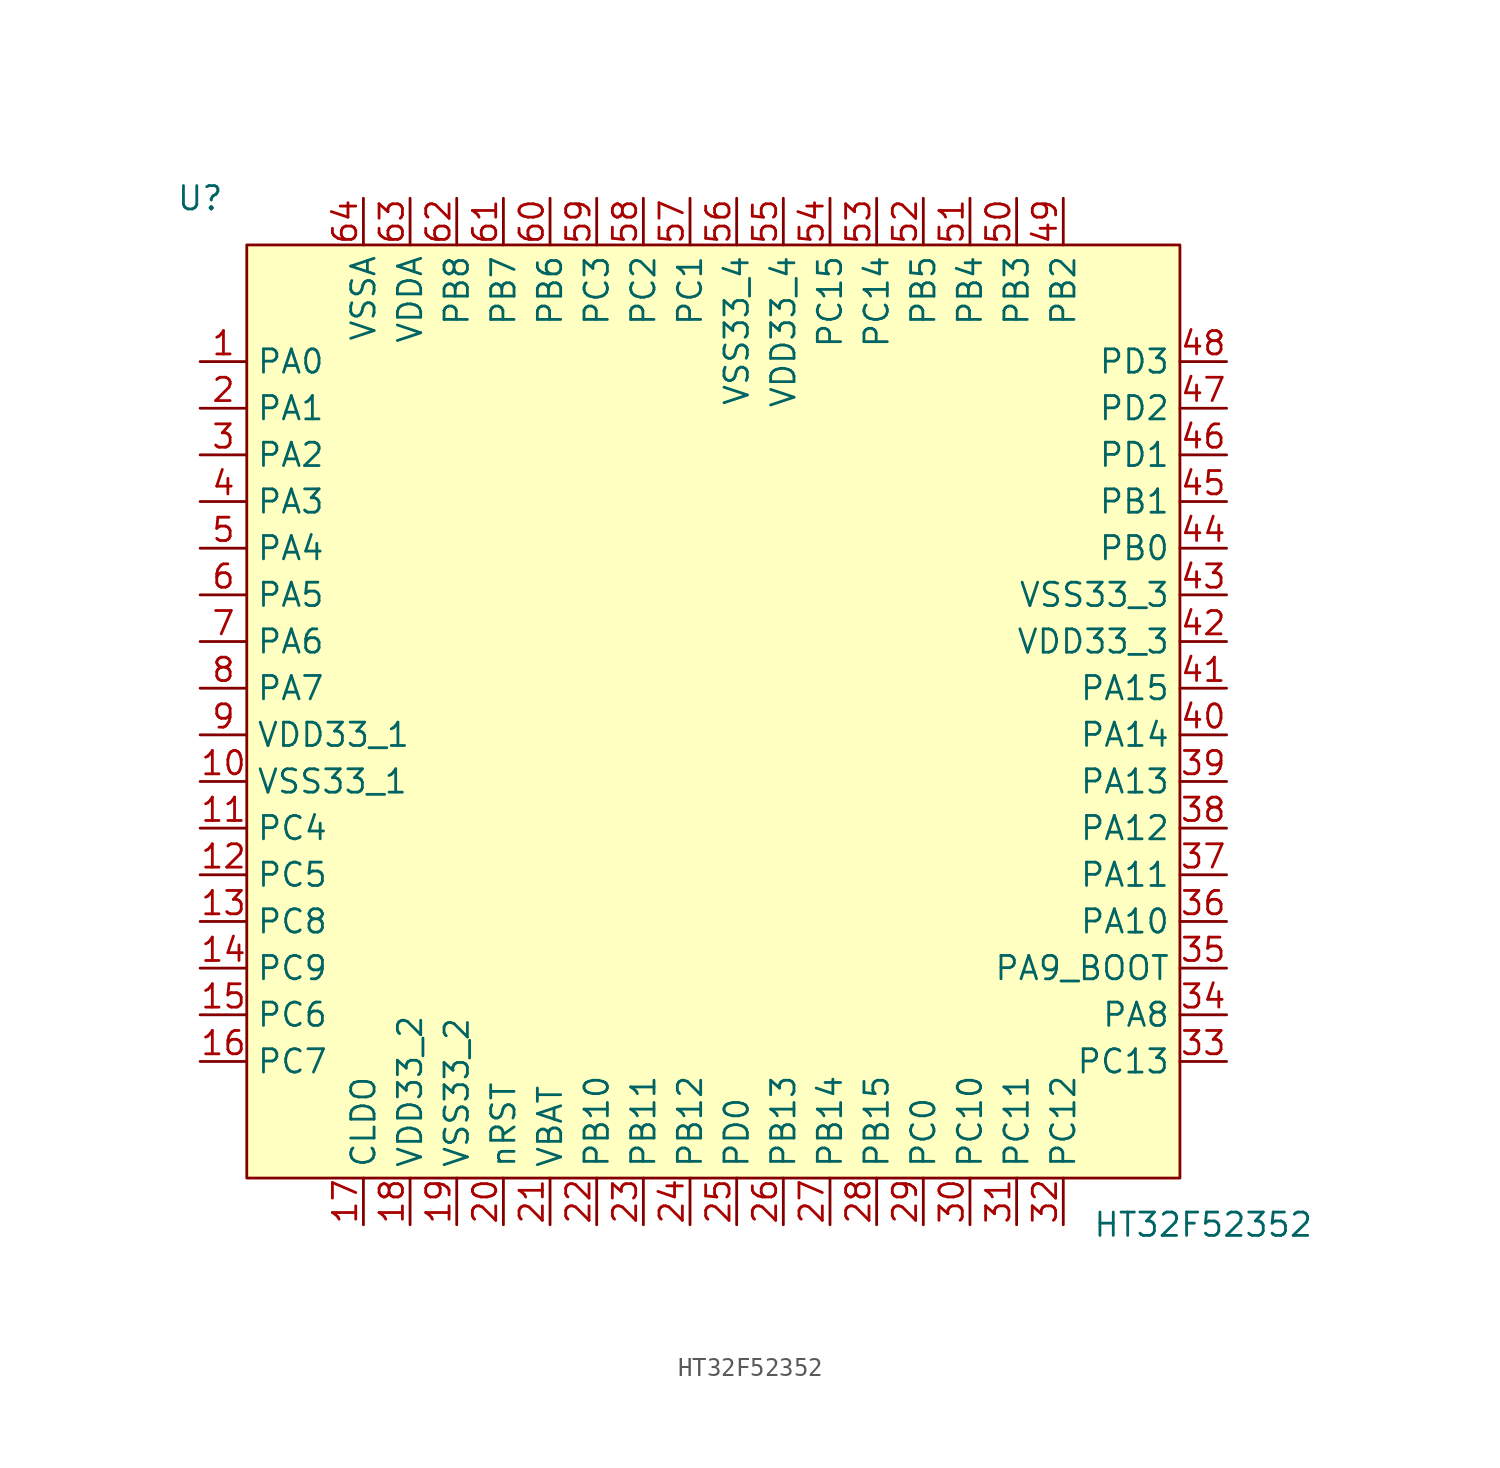
<source format=kicad_sym>
(kicad_symbol_lib
  (version 20211014)
  (generator kicad_symbol_editor)
  (symbol "HT32F52352"
    (property "Reference" "U"
      (at -27.94 27.94 0)
      (effects (font (size 1.27 1.27))))
    (property "Value" "HT32F52352"
      (at 26.67 -27.94 0)
      (effects (font (size 1.27 1.27))))
    (symbol "HT32F52352_0_0"
      (pin bidirectional line (at -27.94 19.05 0) (length 2.54) (name "PA0" (effects (font (size 1.27 1.27)))) (number "1" (effects (font (size 1.27 1.27)))))
      (pin power_in line (at -27.94 -3.81 0) (length 2.54) (name "VSS33_1" (effects (font (size 1.27 1.27)))) (number "10" (effects (font (size 1.27 1.27)))))
      (pin bidirectional line (at -27.94 -6.35 0) (length 2.54) (name "PC4" (effects (font (size 1.27 1.27)))) (number "11" (effects (font (size 1.27 1.27)))))
      (pin bidirectional line (at -27.94 -8.89 0) (length 2.54) (name "PC5" (effects (font (size 1.27 1.27)))) (number "12" (effects (font (size 1.27 1.27)))))
      (pin bidirectional line (at -27.94 -11.43 0) (length 2.54) (name "PC8" (effects (font (size 1.27 1.27)))) (number "13" (effects (font (size 1.27 1.27)))))
      (pin bidirectional line (at -27.94 -13.97 0) (length 2.54) (name "PC9" (effects (font (size 1.27 1.27)))) (number "14" (effects (font (size 1.27 1.27)))))
      (pin bidirectional line (at -27.94 -16.51 0) (length 2.54) (name "PC6" (effects (font (size 1.27 1.27)))) (number "15" (effects (font (size 1.27 1.27)))))
      (pin bidirectional line (at -27.94 -19.05 0) (length 2.54) (name "PC7" (effects (font (size 1.27 1.27)))) (number "16" (effects (font (size 1.27 1.27)))))
      (pin bidirectional line (at -19.05 -27.94 90) (length 2.54) (name "CLDO" (effects (font (size 1.27 1.27)))) (number "17" (effects (font (size 1.27 1.27)))))
      (pin power_in line (at -16.51 -27.94 90) (length 2.54) (name "VDD33_2" (effects (font (size 1.27 1.27)))) (number "18" (effects (font (size 1.27 1.27)))))
      (pin power_in line (at -13.97 -27.94 90) (length 2.54) (name "VSS33_2" (effects (font (size 1.27 1.27)))) (number "19" (effects (font (size 1.27 1.27)))))
      (pin bidirectional line (at -27.94 16.51 0) (length 2.54) (name "PA1" (effects (font (size 1.27 1.27)))) (number "2" (effects (font (size 1.27 1.27)))))
      (pin input line (at -11.43 -27.94 90) (length 2.54) (name "nRST" (effects (font (size 1.27 1.27)))) (number "20" (effects (font (size 1.27 1.27)))))
      (pin power_in line (at -8.89 -27.94 90) (length 2.54) (name "VBAT" (effects (font (size 1.27 1.27)))) (number "21" (effects (font (size 1.27 1.27)))))
      (pin bidirectional line (at -6.35 -27.94 90) (length 2.54) (name "PB10" (effects (font (size 1.27 1.27)))) (number "22" (effects (font (size 1.27 1.27)))))
      (pin bidirectional line (at -3.81 -27.94 90) (length 2.54) (name "PB11" (effects (font (size 1.27 1.27)))) (number "23" (effects (font (size 1.27 1.27)))))
      (pin bidirectional line (at -1.27 -27.94 90) (length 2.54) (name "PB12" (effects (font (size 1.27 1.27)))) (number "24" (effects (font (size 1.27 1.27)))))
      (pin bidirectional line (at 1.27 -27.94 90) (length 2.54) (name "PD0" (effects (font (size 1.27 1.27)))) (number "25" (effects (font (size 1.27 1.27)))))
      (pin bidirectional line (at 3.81 -27.94 90) (length 2.54) (name "PB13" (effects (font (size 1.27 1.27)))) (number "26" (effects (font (size 1.27 1.27)))))
      (pin bidirectional line (at 6.35 -27.94 90) (length 2.54) (name "PB14" (effects (font (size 1.27 1.27)))) (number "27" (effects (font (size 1.27 1.27)))))
      (pin bidirectional line (at 8.89 -27.94 90) (length 2.54) (name "PB15" (effects (font (size 1.27 1.27)))) (number "28" (effects (font (size 1.27 1.27)))))
      (pin bidirectional line (at 11.43 -27.94 90) (length 2.54) (name "PC0" (effects (font (size 1.27 1.27)))) (number "29" (effects (font (size 1.27 1.27)))))
      (pin bidirectional line (at -27.94 13.97 0) (length 2.54) (name "PA2" (effects (font (size 1.27 1.27)))) (number "3" (effects (font (size 1.27 1.27)))))
      (pin bidirectional line (at 13.97 -27.94 90) (length 2.54) (name "PC10" (effects (font (size 1.27 1.27)))) (number "30" (effects (font (size 1.27 1.27)))))
      (pin bidirectional line (at 16.51 -27.94 90) (length 2.54) (name "PC11" (effects (font (size 1.27 1.27)))) (number "31" (effects (font (size 1.27 1.27)))))
      (pin bidirectional line (at 19.05 -27.94 90) (length 2.54) (name "PC12" (effects (font (size 1.27 1.27)))) (number "32" (effects (font (size 1.27 1.27)))))
      (pin bidirectional line (at 27.94 -19.05 180) (length 2.54) (name "PC13" (effects (font (size 1.27 1.27)))) (number "33" (effects (font (size 1.27 1.27)))))
      (pin bidirectional line (at 27.94 -16.51 180) (length 2.54) (name "PA8" (effects (font (size 1.27 1.27)))) (number "34" (effects (font (size 1.27 1.27)))))
      (pin bidirectional line (at 27.94 -13.97 180) (length 2.54) (name "PA9_BOOT" (effects (font (size 1.27 1.27)))) (number "35" (effects (font (size 1.27 1.27)))))
      (pin bidirectional line (at 27.94 -11.43 180) (length 2.54) (name "PA10" (effects (font (size 1.27 1.27)))) (number "36" (effects (font (size 1.27 1.27)))))
      (pin bidirectional line (at 27.94 -8.89 180) (length 2.54) (name "PA11" (effects (font (size 1.27 1.27)))) (number "37" (effects (font (size 1.27 1.27)))))
      (pin bidirectional line (at 27.94 -6.35 180) (length 2.54) (name "PA12" (effects (font (size 1.27 1.27)))) (number "38" (effects (font (size 1.27 1.27)))))
      (pin bidirectional line (at 27.94 -3.81 180) (length 2.54) (name "PA13" (effects (font (size 1.27 1.27)))) (number "39" (effects (font (size 1.27 1.27)))))
      (pin bidirectional line (at -27.94 11.43 0) (length 2.54) (name "PA3" (effects (font (size 1.27 1.27)))) (number "4" (effects (font (size 1.27 1.27)))))
      (pin bidirectional line (at 27.94 -1.27 180) (length 2.54) (name "PA14" (effects (font (size 1.27 1.27)))) (number "40" (effects (font (size 1.27 1.27)))))
      (pin bidirectional line (at 27.94 1.27 180) (length 2.54) (name "PA15" (effects (font (size 1.27 1.27)))) (number "41" (effects (font (size 1.27 1.27)))))
      (pin power_in line (at 27.94 3.81 180) (length 2.54) (name "VDD33_3" (effects (font (size 1.27 1.27)))) (number "42" (effects (font (size 1.27 1.27)))))
      (pin power_in line (at 27.94 6.35 180) (length 2.54) (name "VSS33_3" (effects (font (size 1.27 1.27)))) (number "43" (effects (font (size 1.27 1.27)))))
      (pin bidirectional line (at 27.94 8.89 180) (length 2.54) (name "PB0" (effects (font (size 1.27 1.27)))) (number "44" (effects (font (size 1.27 1.27)))))
      (pin bidirectional line (at 27.94 11.43 180) (length 2.54) (name "PB1" (effects (font (size 1.27 1.27)))) (number "45" (effects (font (size 1.27 1.27)))))
      (pin bidirectional line (at 27.94 13.97 180) (length 2.54) (name "PD1" (effects (font (size 1.27 1.27)))) (number "46" (effects (font (size 1.27 1.27)))))
      (pin bidirectional line (at 27.94 16.51 180) (length 2.54) (name "PD2" (effects (font (size 1.27 1.27)))) (number "47" (effects (font (size 1.27 1.27)))))
      (pin bidirectional line (at 27.94 19.05 180) (length 2.54) (name "PD3" (effects (font (size 1.27 1.27)))) (number "48" (effects (font (size 1.27 1.27)))))
      (pin bidirectional line (at 19.05 27.94 270) (length 2.54) (name "PB2" (effects (font (size 1.27 1.27)))) (number "49" (effects (font (size 1.27 1.27)))))
      (pin bidirectional line (at -27.94 8.89 0) (length 2.54) (name "PA4" (effects (font (size 1.27 1.27)))) (number "5" (effects (font (size 1.27 1.27)))))
      (pin bidirectional line (at 16.51 27.94 270) (length 2.54) (name "PB3" (effects (font (size 1.27 1.27)))) (number "50" (effects (font (size 1.27 1.27)))))
      (pin bidirectional line (at 13.97 27.94 270) (length 2.54) (name "PB4" (effects (font (size 1.27 1.27)))) (number "51" (effects (font (size 1.27 1.27)))))
      (pin bidirectional line (at 11.43 27.94 270) (length 2.54) (name "PB5" (effects (font (size 1.27 1.27)))) (number "52" (effects (font (size 1.27 1.27)))))
      (pin bidirectional line (at 8.89 27.94 270) (length 2.54) (name "PC14" (effects (font (size 1.27 1.27)))) (number "53" (effects (font (size 1.27 1.27)))))
      (pin bidirectional line (at 6.35 27.94 270) (length 2.54) (name "PC15" (effects (font (size 1.27 1.27)))) (number "54" (effects (font (size 1.27 1.27)))))
      (pin power_in line (at 3.81 27.94 270) (length 2.54) (name "VDD33_4" (effects (font (size 1.27 1.27)))) (number "55" (effects (font (size 1.27 1.27)))))
      (pin power_in line (at 1.27 27.94 270) (length 2.54) (name "VSS33_4" (effects (font (size 1.27 1.27)))) (number "56" (effects (font (size 1.27 1.27)))))
      (pin bidirectional line (at -1.27 27.94 270) (length 2.54) (name "PC1" (effects (font (size 1.27 1.27)))) (number "57" (effects (font (size 1.27 1.27)))))
      (pin bidirectional line (at -3.81 27.94 270) (length 2.54) (name "PC2" (effects (font (size 1.27 1.27)))) (number "58" (effects (font (size 1.27 1.27)))))
      (pin bidirectional line (at -6.35 27.94 270) (length 2.54) (name "PC3" (effects (font (size 1.27 1.27)))) (number "59" (effects (font (size 1.27 1.27)))))
      (pin bidirectional line (at -27.94 6.35 0) (length 2.54) (name "PA5" (effects (font (size 1.27 1.27)))) (number "6" (effects (font (size 1.27 1.27)))))
      (pin bidirectional line (at -8.89 27.94 270) (length 2.54) (name "PB6" (effects (font (size 1.27 1.27)))) (number "60" (effects (font (size 1.27 1.27)))))
      (pin bidirectional line (at -11.43 27.94 270) (length 2.54) (name "PB7" (effects (font (size 1.27 1.27)))) (number "61" (effects (font (size 1.27 1.27)))))
      (pin bidirectional line (at -13.97 27.94 270) (length 2.54) (name "PB8" (effects (font (size 1.27 1.27)))) (number "62" (effects (font (size 1.27 1.27)))))
      (pin power_in line (at -16.51 27.94 270) (length 2.54) (name "VDDA" (effects (font (size 1.27 1.27)))) (number "63" (effects (font (size 1.27 1.27)))))
      (pin power_in line (at -19.05 27.94 270) (length 2.54) (name "VSSA" (effects (font (size 1.27 1.27)))) (number "64" (effects (font (size 1.27 1.27)))))
      (pin bidirectional line (at -27.94 3.81 0) (length 2.54) (name "PA6" (effects (font (size 1.27 1.27)))) (number "7" (effects (font (size 1.27 1.27)))))
      (pin bidirectional line (at -27.94 1.27 0) (length 2.54) (name "PA7" (effects (font (size 1.27 1.27)))) (number "8" (effects (font (size 1.27 1.27)))))
      (pin power_in line (at -27.94 -1.27 0) (length 2.54) (name "VDD33_1" (effects (font (size 1.27 1.27)))) (number "9" (effects (font (size 1.27 1.27))))))
    (symbol "HT32F52352_0_1"
      (rectangle (start -25.4 -25.4) (end 25.4 25.4) (stroke (width 0) (type default) (color 0 0 0 0)) (fill (type background))))))
</source>
